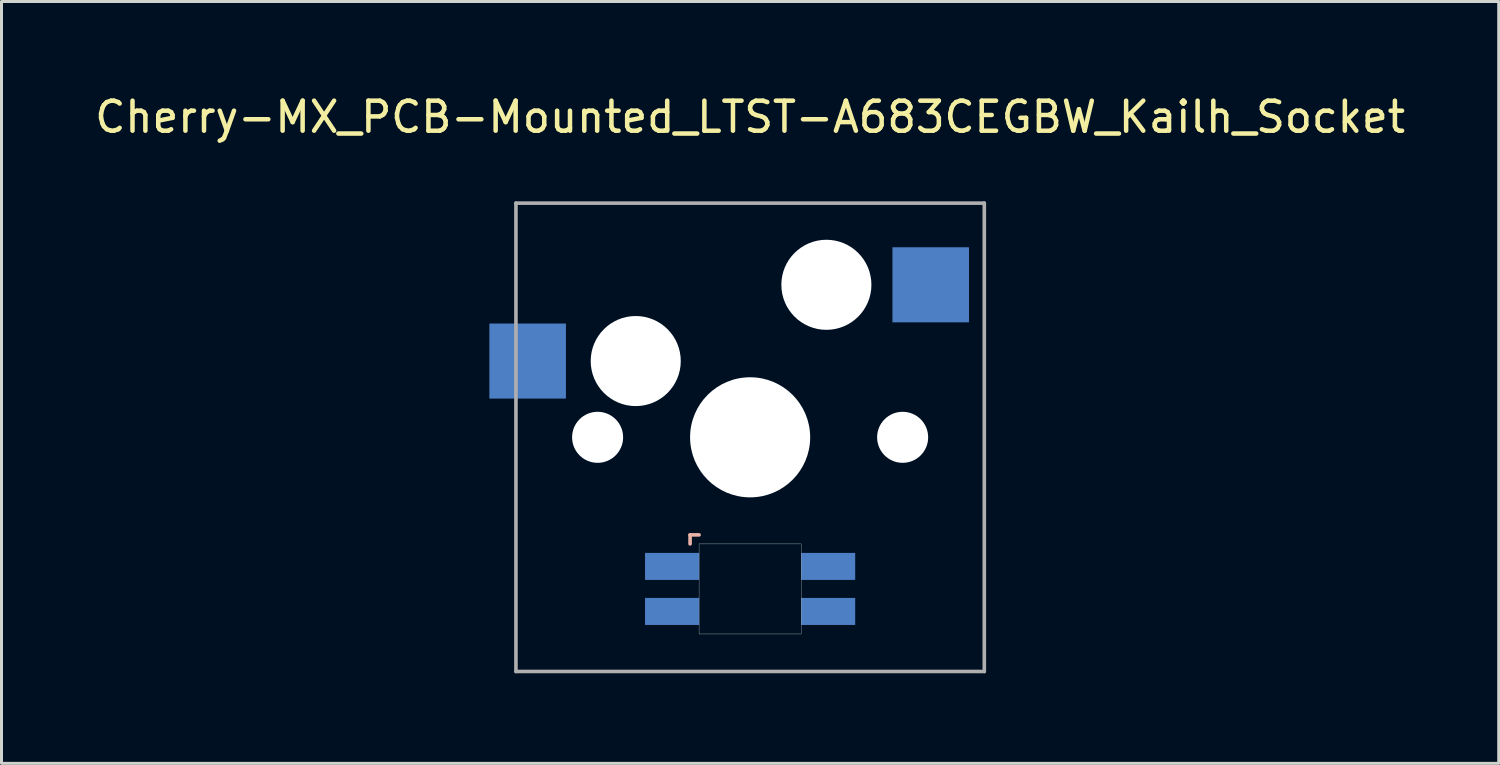
<source format=kicad_pcb>
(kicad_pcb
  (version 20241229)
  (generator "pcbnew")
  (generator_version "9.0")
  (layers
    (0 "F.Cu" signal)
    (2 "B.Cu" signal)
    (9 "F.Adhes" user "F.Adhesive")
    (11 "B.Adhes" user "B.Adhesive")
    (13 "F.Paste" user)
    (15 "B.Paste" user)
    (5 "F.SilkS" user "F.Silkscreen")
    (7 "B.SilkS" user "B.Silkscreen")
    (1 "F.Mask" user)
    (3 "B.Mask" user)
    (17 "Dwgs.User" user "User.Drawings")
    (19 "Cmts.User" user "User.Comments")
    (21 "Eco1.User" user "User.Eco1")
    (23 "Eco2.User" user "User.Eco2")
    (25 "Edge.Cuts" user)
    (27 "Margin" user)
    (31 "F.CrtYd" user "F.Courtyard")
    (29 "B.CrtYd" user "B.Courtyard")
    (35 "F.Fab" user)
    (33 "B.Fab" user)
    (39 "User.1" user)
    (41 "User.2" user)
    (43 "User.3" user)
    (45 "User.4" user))
  (footprint "Cherry-MX_PCB-Mounted_LTST-A683CEGBW_Kailh_Socket"
    (layer "F.Cu")
    (at 21.935 11.516)
    (property "Reference" "Cherry-MX_PCB-Mounted_LTST-A683CEGBW_Kailh_Socket" (at 0 -10.668 0) (layer "F.SilkS") (effects (font (size 1 1) (thickness 0.15))))
    (attr through_hole)
    (fp_line (start -2 3.25) (end -2 3.55) (stroke (width 0.12) (type solid)) (layer "B.SilkS"))
    (fp_line (start -1.7 3.25) (end -2 3.25) (stroke (width 0.12) (type solid)) (layer "B.SilkS"))
    (fp_poly (pts (xy 1.7 6.55) (xy -1.7 6.55) (xy -1.7 3.55) (xy 1.7 3.55)) (stroke (width 0.01) (type solid)) (fill no) (layer "Edge.Cuts"))
    (fp_line (start -7.8 -7.8) (end 7.8 -7.8) (stroke (width 0.12) (type solid)) (layer "F.Fab"))
    (fp_line (start -7.8 7.8) (end -7.8 -7.8) (stroke (width 0.12) (type solid)) (layer "F.Fab"))
    (fp_line (start 7.8 7.8) (end -7.8 7.8) (stroke (width 0.12) (type solid)) (layer "F.Fab"))
    (fp_line (start 7.8 7.8) (end 7.8 -7.8) (stroke (width 0.12) (type solid)) (layer "F.Fab"))
    (pad "" np_thru_hole circle (at -5.08 0) (size 1.7 1.7) (drill 1.7) (layers "*.Cu" "*.Mask"))
    (pad "" np_thru_hole circle (at -3.81 -2.54) (size 3 3) (drill 3) (layers "*.Cu" "*.Mask"))
    (pad "" np_thru_hole circle (at 0 0) (size 4 4) (drill 4) (layers "*.Cu" "*.Mask"))
    (pad "" np_thru_hole circle (at 2.54 -5.08) (size 3 3) (drill 3) (layers "*.Cu" "*.Mask"))
    (pad "" np_thru_hole circle (at 5.08 0) (size 1.7 1.7) (drill 1.7) (layers "*.Cu" "*.Mask"))
    (pad "1" smd rect (at -2.6 4.3) (size 1.8 0.9) (layers "B.Cu" "B.Mask" "B.Paste"))
    (pad "2" smd rect (at -2.6 5.8) (size 1.8 0.9) (layers "B.Cu" "B.Mask" "B.Paste"))
    (pad "3" smd rect (at 2.6 4.3) (size 1.8 0.9) (layers "B.Cu" "B.Mask" "B.Paste"))
    (pad "4" smd rect (at 2.6 5.8) (size 1.8 0.9) (layers "B.Cu" "B.Mask" "B.Paste"))
    (pad "5" smd rect (at -7.41 -2.54) (size 2.55 2.5) (layers "B.Cu" "B.Mask" "B.Paste"))
    (pad "6" smd rect (at 6.015 -5.08) (size 2.55 2.5) (layers "B.Cu" "B.Mask" "B.Paste")))
  (gr_rect
    (start -3 -3)
    (end 46.869 22.376)
    (stroke (width 0.1) (type default))
    (fill no)
    (layer "Edge.Cuts")))
</source>
